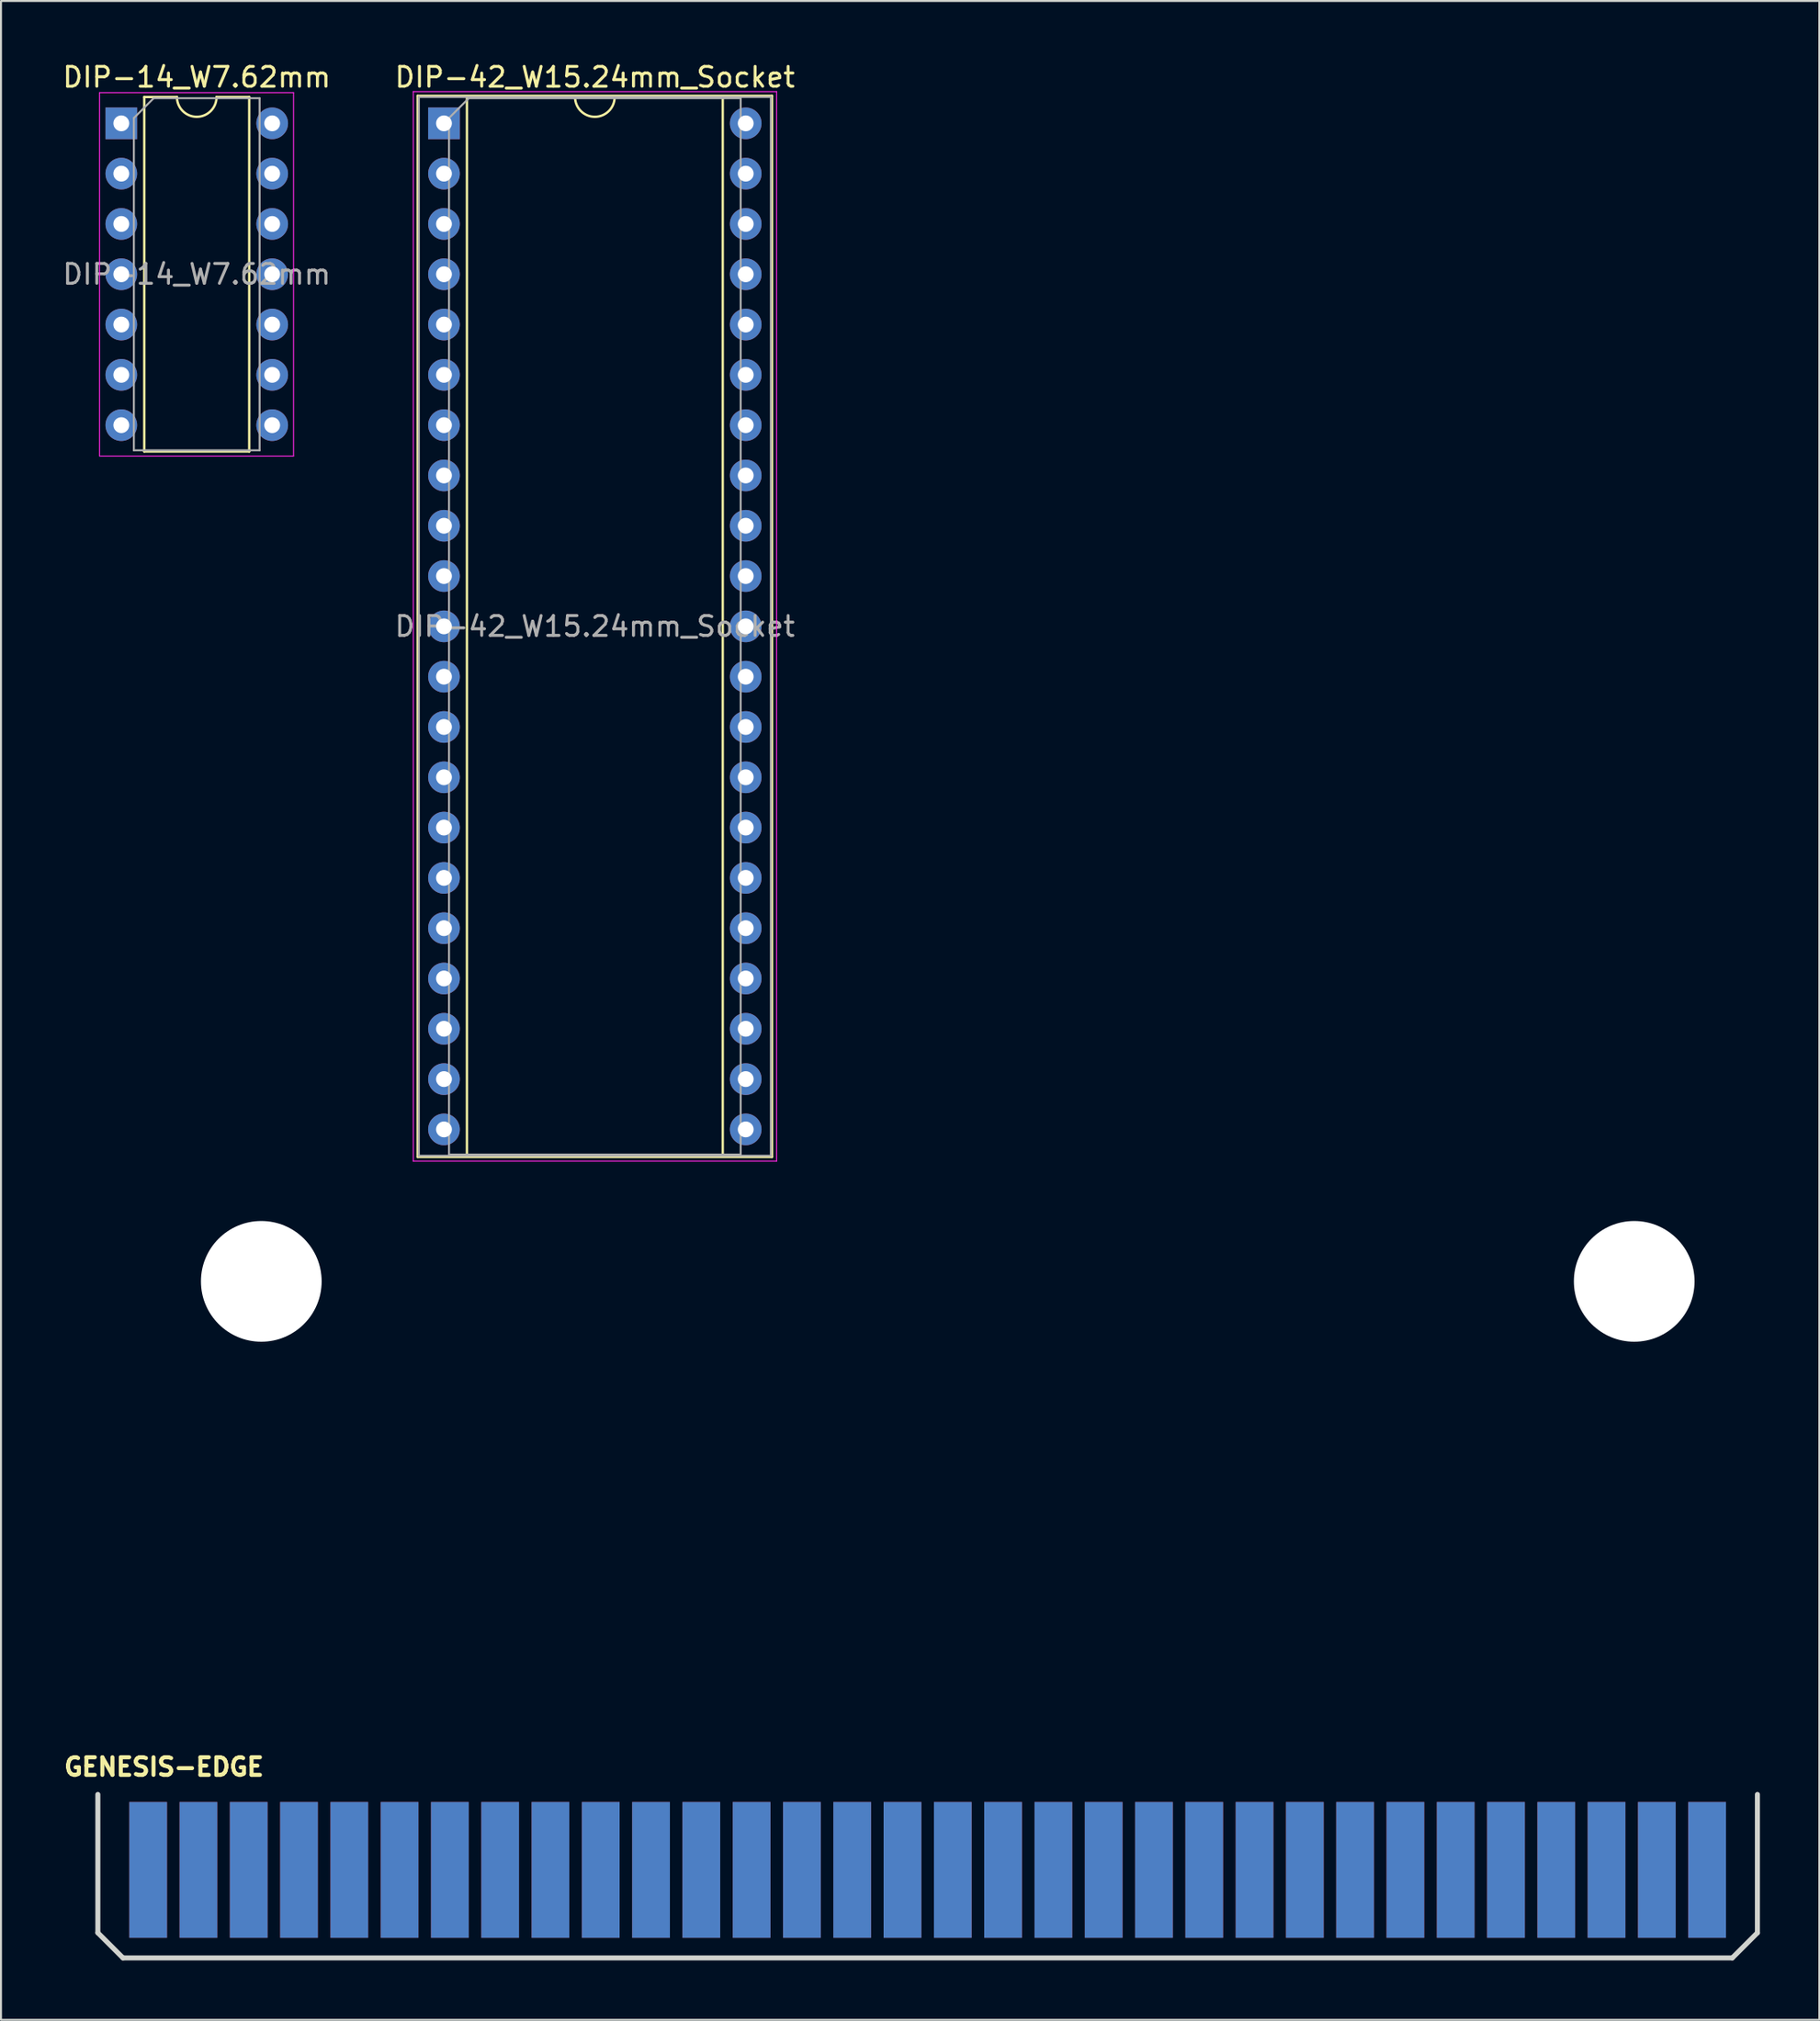
<source format=kicad_pcb>
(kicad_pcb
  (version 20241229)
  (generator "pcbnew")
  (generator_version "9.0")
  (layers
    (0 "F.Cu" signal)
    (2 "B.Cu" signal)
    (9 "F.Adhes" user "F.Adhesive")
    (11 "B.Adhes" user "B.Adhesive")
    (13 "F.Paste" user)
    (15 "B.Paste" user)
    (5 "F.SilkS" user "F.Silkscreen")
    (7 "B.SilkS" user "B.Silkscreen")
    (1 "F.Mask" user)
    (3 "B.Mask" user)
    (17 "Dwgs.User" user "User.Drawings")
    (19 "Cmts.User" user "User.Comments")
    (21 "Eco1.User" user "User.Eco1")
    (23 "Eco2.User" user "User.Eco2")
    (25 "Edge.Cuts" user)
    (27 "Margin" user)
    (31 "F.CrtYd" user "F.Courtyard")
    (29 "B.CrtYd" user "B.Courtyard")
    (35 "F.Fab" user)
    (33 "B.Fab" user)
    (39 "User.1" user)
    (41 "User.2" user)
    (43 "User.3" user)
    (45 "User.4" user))
  (footprint "DIP-42_W15.24mm_Socket"
    (layer "F.Cu")
    (at 19.374 3.178)
    (property "Reference" "DIP-42_W15.24mm_Socket" (at 7.62 -2.33 0) (layer "F.SilkS") (effects (font (size 1 1) (thickness 0.15))))
    (attr through_hole)
    (fp_line (start -1.33 -1.39) (end -1.33 52.19) (stroke (width 0.12) (type solid)) (layer "F.SilkS"))
    (fp_line (start -1.33 52.19) (end 16.57 52.19) (stroke (width 0.12) (type solid)) (layer "F.SilkS"))
    (fp_line (start 1.16 -1.33) (end 1.16 52.13) (stroke (width 0.12) (type solid)) (layer "F.SilkS"))
    (fp_line (start 1.16 52.13) (end 14.08 52.13) (stroke (width 0.12) (type solid)) (layer "F.SilkS"))
    (fp_line (start 6.62 -1.33) (end 1.16 -1.33) (stroke (width 0.12) (type solid)) (layer "F.SilkS"))
    (fp_line (start 14.08 -1.33) (end 8.62 -1.33) (stroke (width 0.12) (type solid)) (layer "F.SilkS"))
    (fp_line (start 14.08 52.13) (end 14.08 -1.33) (stroke (width 0.12) (type solid)) (layer "F.SilkS"))
    (fp_line (start 16.57 -1.39) (end -1.33 -1.39) (stroke (width 0.12) (type solid)) (layer "F.SilkS"))
    (fp_line (start 16.57 52.19) (end 16.57 -1.39) (stroke (width 0.12) (type solid)) (layer "F.SilkS"))
    (fp_arc (start 8.62 -1.33) (mid 7.62 -0.33) (end 6.62 -1.33) (stroke (width 0.12) (type solid)) (layer "F.SilkS"))
    (fp_line (start -1.55 -1.6) (end -1.55 52.4) (stroke (width 0.05) (type solid)) (layer "F.CrtYd"))
    (fp_line (start -1.55 52.4) (end 16.8 52.4) (stroke (width 0.05) (type solid)) (layer "F.CrtYd"))
    (fp_line (start 16.8 -1.6) (end -1.55 -1.6) (stroke (width 0.05) (type solid)) (layer "F.CrtYd"))
    (fp_line (start 16.8 52.4) (end 16.8 -1.6) (stroke (width 0.05) (type solid)) (layer "F.CrtYd"))
    (fp_line (start -1.27 -1.33) (end -1.27 52.13) (stroke (width 0.1) (type solid)) (layer "F.Fab"))
    (fp_line (start -1.27 52.13) (end 16.51 52.13) (stroke (width 0.1) (type solid)) (layer "F.Fab"))
    (fp_line (start 0.255 -0.27) (end 1.255 -1.27) (stroke (width 0.1) (type solid)) (layer "F.Fab"))
    (fp_line (start 0.255 52.07) (end 0.255 -0.27) (stroke (width 0.1) (type solid)) (layer "F.Fab"))
    (fp_line (start 1.255 -1.27) (end 14.985 -1.27) (stroke (width 0.1) (type solid)) (layer "F.Fab"))
    (fp_line (start 14.985 -1.27) (end 14.985 52.07) (stroke (width 0.1) (type solid)) (layer "F.Fab"))
    (fp_line (start 14.985 52.07) (end 0.255 52.07) (stroke (width 0.1) (type solid)) (layer "F.Fab"))
    (fp_line (start 16.51 -1.33) (end -1.27 -1.33) (stroke (width 0.1) (type solid)) (layer "F.Fab"))
    (fp_line (start 16.51 52.13) (end 16.51 -1.33) (stroke (width 0.1) (type solid)) (layer "F.Fab"))
    (fp_text user "${REFERENCE}" (at 7.62 25.4 0) (layer "F.Fab") (effects (font (size 1 1) (thickness 0.15))))
    (pad "1" thru_hole rect (at 0 0) (size 1.6 1.6) (drill 0.8) (layers "*.Cu" "*.Mask"))
    (pad "2" thru_hole oval (at 0 2.54) (size 1.6 1.6) (drill 0.8) (layers "*.Cu" "*.Mask"))
    (pad "3" thru_hole oval (at 0 5.08) (size 1.6 1.6) (drill 0.8) (layers "*.Cu" "*.Mask"))
    (pad "4" thru_hole oval (at 0 7.62) (size 1.6 1.6) (drill 0.8) (layers "*.Cu" "*.Mask"))
    (pad "5" thru_hole oval (at 0 10.16) (size 1.6 1.6) (drill 0.8) (layers "*.Cu" "*.Mask"))
    (pad "6" thru_hole oval (at 0 12.7) (size 1.6 1.6) (drill 0.8) (layers "*.Cu" "*.Mask"))
    (pad "7" thru_hole oval (at 0 15.24) (size 1.6 1.6) (drill 0.8) (layers "*.Cu" "*.Mask"))
    (pad "8" thru_hole oval (at 0 17.78) (size 1.6 1.6) (drill 0.8) (layers "*.Cu" "*.Mask"))
    (pad "9" thru_hole oval (at 0 20.32) (size 1.6 1.6) (drill 0.8) (layers "*.Cu" "*.Mask"))
    (pad "10" thru_hole oval (at 0 22.86) (size 1.6 1.6) (drill 0.8) (layers "*.Cu" "*.Mask"))
    (pad "11" thru_hole oval (at 0 25.4) (size 1.6 1.6) (drill 0.8) (layers "*.Cu" "*.Mask"))
    (pad "12" thru_hole oval (at 0 27.94) (size 1.6 1.6) (drill 0.8) (layers "*.Cu" "*.Mask"))
    (pad "13" thru_hole oval (at 0 30.48) (size 1.6 1.6) (drill 0.8) (layers "*.Cu" "*.Mask"))
    (pad "14" thru_hole oval (at 0 33.02) (size 1.6 1.6) (drill 0.8) (layers "*.Cu" "*.Mask"))
    (pad "15" thru_hole oval (at 0 35.56) (size 1.6 1.6) (drill 0.8) (layers "*.Cu" "*.Mask"))
    (pad "16" thru_hole oval (at 0 38.1) (size 1.6 1.6) (drill 0.8) (layers "*.Cu" "*.Mask"))
    (pad "17" thru_hole oval (at 0 40.64) (size 1.6 1.6) (drill 0.8) (layers "*.Cu" "*.Mask"))
    (pad "18" thru_hole oval (at 0 43.18) (size 1.6 1.6) (drill 0.8) (layers "*.Cu" "*.Mask"))
    (pad "19" thru_hole oval (at 0 45.72) (size 1.6 1.6) (drill 0.8) (layers "*.Cu" "*.Mask"))
    (pad "20" thru_hole oval (at 0 48.26) (size 1.6 1.6) (drill 0.8) (layers "*.Cu" "*.Mask"))
    (pad "21" thru_hole oval (at 0 50.8) (size 1.6 1.6) (drill 0.8) (layers "*.Cu" "*.Mask"))
    (pad "22" thru_hole oval (at 15.24 50.8) (size 1.6 1.6) (drill 0.8) (layers "*.Cu" "*.Mask"))
    (pad "23" thru_hole oval (at 15.24 48.26) (size 1.6 1.6) (drill 0.8) (layers "*.Cu" "*.Mask"))
    (pad "24" thru_hole oval (at 15.24 45.72) (size 1.6 1.6) (drill 0.8) (layers "*.Cu" "*.Mask"))
    (pad "25" thru_hole oval (at 15.24 43.18) (size 1.6 1.6) (drill 0.8) (layers "*.Cu" "*.Mask"))
    (pad "26" thru_hole oval (at 15.24 40.64) (size 1.6 1.6) (drill 0.8) (layers "*.Cu" "*.Mask"))
    (pad "27" thru_hole oval (at 15.24 38.1) (size 1.6 1.6) (drill 0.8) (layers "*.Cu" "*.Mask"))
    (pad "28" thru_hole oval (at 15.24 35.56) (size 1.6 1.6) (drill 0.8) (layers "*.Cu" "*.Mask"))
    (pad "29" thru_hole oval (at 15.24 33.02) (size 1.6 1.6) (drill 0.8) (layers "*.Cu" "*.Mask"))
    (pad "30" thru_hole oval (at 15.24 30.48) (size 1.6 1.6) (drill 0.8) (layers "*.Cu" "*.Mask"))
    (pad "31" thru_hole oval (at 15.24 27.94) (size 1.6 1.6) (drill 0.8) (layers "*.Cu" "*.Mask"))
    (pad "32" thru_hole oval (at 15.24 25.4) (size 1.6 1.6) (drill 0.8) (layers "*.Cu" "*.Mask"))
    (pad "33" thru_hole oval (at 15.24 22.86) (size 1.6 1.6) (drill 0.8) (layers "*.Cu" "*.Mask"))
    (pad "34" thru_hole oval (at 15.24 20.32) (size 1.6 1.6) (drill 0.8) (layers "*.Cu" "*.Mask"))
    (pad "35" thru_hole oval (at 15.24 17.78) (size 1.6 1.6) (drill 0.8) (layers "*.Cu" "*.Mask"))
    (pad "36" thru_hole oval (at 15.24 15.24) (size 1.6 1.6) (drill 0.8) (layers "*.Cu" "*.Mask"))
    (pad "37" thru_hole oval (at 15.24 12.7) (size 1.6 1.6) (drill 0.8) (layers "*.Cu" "*.Mask"))
    (pad "38" thru_hole oval (at 15.24 10.16) (size 1.6 1.6) (drill 0.8) (layers "*.Cu" "*.Mask"))
    (pad "39" thru_hole oval (at 15.24 7.62) (size 1.6 1.6) (drill 0.8) (layers "*.Cu" "*.Mask"))
    (pad "40" thru_hole oval (at 15.24 5.08) (size 1.6 1.6) (drill 0.8) (layers "*.Cu" "*.Mask"))
    (pad "41" thru_hole oval (at 15.24 2.54) (size 1.6 1.6) (drill 0.8) (layers "*.Cu" "*.Mask"))
    (pad "42" thru_hole oval (at 15.24 0) (size 1.6 1.6) (drill 0.8) (layers "*.Cu" "*.Mask")))
  (footprint "GENESIS-EDGE"
    (layer "F.Cu")
    (at 4.432 91.369)
    (property "Reference" "GENESIS-EDGE" (at 0.8 -5.2 0) (layer "F.SilkS") (effects (font (size 0.889 0.889) (thickness 0.203))))
    (attr through_hole)
    (fp_poly (pts (xy -2.54 -3.81) (xy 81.28 -3.81) (xy 81.28 3.175) (xy 80.01 4.445) (xy -1.27 4.445) (xy -2.54 3.175)) (stroke (width 0.1) (type solid)) (fill yes) (layer "F.Mask"))
    (fp_poly (pts (xy -2.54 -3.81) (xy 81.28 -3.81) (xy 81.28 3.175) (xy 80.01 4.445) (xy -1.27 4.445) (xy -2.54 3.175)) (stroke (width 0.1) (type solid)) (fill yes) (layer "B.Mask"))
    (fp_line (start -2.54 -3.81) (end -2.54 3.175) (stroke (width 0.254) (type solid)) (layer "Edge.Cuts"))
    (fp_line (start -2.54 3.175) (end -1.27 4.445) (stroke (width 0.254) (type solid)) (layer "Edge.Cuts"))
    (fp_line (start -1.27 4.445) (end 80.01 4.445) (stroke (width 0.254) (type solid)) (layer "Edge.Cuts"))
    (fp_line (start 80.01 4.445) (end 81.28 3.175) (stroke (width 0.254) (type solid)) (layer "Edge.Cuts"))
    (fp_line (start 81.28 3.175) (end 81.28 -3.81) (stroke (width 0.254) (type solid)) (layer "Edge.Cuts"))
    (pad "" np_thru_hole circle (at 5.715 -29.718) (size 6.096 6.096) (drill 6.096) (layers "*.Cu" "*.Mask"))
    (pad "" np_thru_hole circle (at 75.057 -29.718) (size 6.096 6.096) (drill 6.096) (layers "*.Cu" "*.Mask"))
    (pad "A1" smd rect (at 0 0) (size 1.905 6.858) (layers "B.Cu"))
    (pad "A2" smd rect (at 2.54 0) (size 1.905 6.858) (layers "B.Cu"))
    (pad "A3" smd rect (at 5.08 0) (size 1.905 6.858) (layers "B.Cu"))
    (pad "A4" smd rect (at 7.62 0) (size 1.905 6.858) (layers "B.Cu"))
    (pad "A5" smd rect (at 10.16 0) (size 1.905 6.858) (layers "B.Cu"))
    (pad "A6" smd rect (at 12.7 0) (size 1.905 6.858) (layers "B.Cu"))
    (pad "A7" smd rect (at 15.24 0) (size 1.905 6.858) (layers "B.Cu"))
    (pad "A8" smd rect (at 17.78 0) (size 1.905 6.858) (layers "B.Cu"))
    (pad "A9" smd rect (at 20.32 0) (size 1.905 6.858) (layers "B.Cu"))
    (pad "A10" smd rect (at 22.86 0) (size 1.905 6.858) (layers "B.Cu"))
    (pad "A11" smd rect (at 25.4 0) (size 1.905 6.858) (layers "B.Cu"))
    (pad "A12" smd rect (at 27.94 0) (size 1.905 6.858) (layers "B.Cu"))
    (pad "A13" smd rect (at 30.48 0) (size 1.905 6.858) (layers "B.Cu"))
    (pad "A14" smd rect (at 33.02 0) (size 1.905 6.858) (layers "B.Cu"))
    (pad "A15" smd rect (at 35.56 0) (size 1.905 6.858) (layers "B.Cu"))
    (pad "A16" smd rect (at 38.1 0) (size 1.905 6.858) (layers "B.Cu"))
    (pad "A17" smd rect (at 40.64 0) (size 1.905 6.858) (layers "B.Cu"))
    (pad "A18" smd rect (at 43.18 0) (size 1.905 6.858) (layers "B.Cu"))
    (pad "A19" smd rect (at 45.72 0) (size 1.905 6.858) (layers "B.Cu"))
    (pad "A20" smd rect (at 48.26 0) (size 1.905 6.858) (layers "B.Cu"))
    (pad "A21" smd rect (at 50.8 0) (size 1.905 6.858) (layers "B.Cu"))
    (pad "A22" smd rect (at 53.34 0) (size 1.905 6.858) (layers "B.Cu"))
    (pad "A23" smd rect (at 55.88 0) (size 1.905 6.858) (layers "B.Cu"))
    (pad "A24" smd rect (at 58.42 0) (size 1.905 6.858) (layers "B.Cu"))
    (pad "A25" smd rect (at 60.96 0) (size 1.905 6.858) (layers "B.Cu"))
    (pad "A26" smd rect (at 63.5 0) (size 1.905 6.858) (layers "B.Cu"))
    (pad "A27" smd rect (at 66.04 0) (size 1.905 6.858) (layers "B.Cu"))
    (pad "A28" smd rect (at 68.58 0) (size 1.905 6.858) (layers "B.Cu"))
    (pad "A29" smd rect (at 71.12 0) (size 1.905 6.858) (layers "B.Cu"))
    (pad "A30" smd rect (at 73.66 0) (size 1.905 6.858) (layers "B.Cu"))
    (pad "A31" smd rect (at 76.2 0) (size 1.905 6.858) (layers "B.Cu"))
    (pad "A32" smd rect (at 78.74 0) (size 1.905 6.858) (layers "B.Cu"))
    (pad "B1" smd rect (at 0 0) (size 1.905 6.858) (layers "F.Cu"))
    (pad "B2" smd rect (at 2.54 0) (size 1.905 6.858) (layers "F.Cu"))
    (pad "B3" smd rect (at 5.08 0) (size 1.905 6.858) (layers "F.Cu"))
    (pad "B4" smd rect (at 7.62 0) (size 1.905 6.858) (layers "F.Cu"))
    (pad "B5" smd rect (at 10.16 0) (size 1.905 6.858) (layers "F.Cu"))
    (pad "B6" smd rect (at 12.7 0) (size 1.905 6.858) (layers "F.Cu"))
    (pad "B7" smd rect (at 15.24 0) (size 1.905 6.858) (layers "F.Cu"))
    (pad "B8" smd rect (at 17.78 0) (size 1.905 6.858) (layers "F.Cu"))
    (pad "B9" smd rect (at 20.32 0) (size 1.905 6.858) (layers "F.Cu"))
    (pad "B10" smd rect (at 22.86 0) (size 1.905 6.858) (layers "F.Cu"))
    (pad "B11" smd rect (at 25.4 0) (size 1.905 6.858) (layers "F.Cu"))
    (pad "B12" smd rect (at 27.94 0) (size 1.905 6.858) (layers "F.Cu"))
    (pad "B13" smd rect (at 30.48 0) (size 1.905 6.858) (layers "F.Cu"))
    (pad "B14" smd rect (at 33.02 0) (size 1.905 6.858) (layers "F.Cu"))
    (pad "B15" smd rect (at 35.56 0) (size 1.905 6.858) (layers "F.Cu"))
    (pad "B16" smd rect (at 38.1 0) (size 1.905 6.858) (layers "F.Cu"))
    (pad "B17" smd rect (at 40.64 0) (size 1.905 6.858) (layers "F.Cu"))
    (pad "B18" smd rect (at 43.18 0) (size 1.905 6.858) (layers "F.Cu"))
    (pad "B19" smd rect (at 45.72 0) (size 1.905 6.858) (layers "F.Cu"))
    (pad "B20" smd rect (at 48.26 0) (size 1.905 6.858) (layers "F.Cu"))
    (pad "B21" smd rect (at 50.8 0) (size 1.905 6.858) (layers "F.Cu"))
    (pad "B22" smd rect (at 53.34 0) (size 1.905 6.858) (layers "F.Cu"))
    (pad "B23" smd rect (at 55.88 0) (size 1.905 6.858) (layers "F.Cu"))
    (pad "B24" smd rect (at 58.42 0) (size 1.905 6.858) (layers "F.Cu"))
    (pad "B25" smd rect (at 60.96 0) (size 1.905 6.858) (layers "F.Cu"))
    (pad "B26" smd rect (at 63.5 0) (size 1.905 6.858) (layers "F.Cu"))
    (pad "B27" smd rect (at 66.04 0) (size 1.905 6.858) (layers "F.Cu"))
    (pad "B28" smd rect (at 68.58 0) (size 1.905 6.858) (layers "F.Cu"))
    (pad "B29" smd rect (at 71.12 0) (size 1.905 6.858) (layers "F.Cu"))
    (pad "B30" smd rect (at 73.66 0) (size 1.905 6.858) (layers "F.Cu"))
    (pad "B31" smd rect (at 76.2 0) (size 1.905 6.858) (layers "F.Cu"))
    (pad "B32" smd rect (at 78.74 0) (size 1.905 6.858) (layers "F.Cu")))
  (footprint "DIP-14_W7.62mm"
    (layer "F.Cu")
    (at 3.077 3.178)
    (property "Reference" "DIP-14_W7.62mm" (at 3.81 -2.33 180) (layer "F.SilkS") (effects (font (size 1 1) (thickness 0.15))))
    (attr through_hole)
    (fp_line (start 1.16 -1.33) (end 1.16 16.57) (stroke (width 0.12) (type solid)) (layer "F.SilkS"))
    (fp_line (start 1.16 16.57) (end 6.46 16.57) (stroke (width 0.12) (type solid)) (layer "F.SilkS"))
    (fp_line (start 2.81 -1.33) (end 1.16 -1.33) (stroke (width 0.12) (type solid)) (layer "F.SilkS"))
    (fp_line (start 6.46 -1.33) (end 4.81 -1.33) (stroke (width 0.12) (type solid)) (layer "F.SilkS"))
    (fp_line (start 6.46 16.57) (end 6.46 -1.33) (stroke (width 0.12) (type solid)) (layer "F.SilkS"))
    (fp_arc (start 4.81 -1.33) (mid 3.81 -0.33) (end 2.81 -1.33) (stroke (width 0.12) (type solid)) (layer "F.SilkS"))
    (fp_line (start -1.1 -1.55) (end -1.1 16.8) (stroke (width 0.05) (type solid)) (layer "F.CrtYd"))
    (fp_line (start -1.1 16.8) (end 8.7 16.8) (stroke (width 0.05) (type solid)) (layer "F.CrtYd"))
    (fp_line (start 8.7 -1.55) (end -1.1 -1.55) (stroke (width 0.05) (type solid)) (layer "F.CrtYd"))
    (fp_line (start 8.7 16.8) (end 8.7 -1.55) (stroke (width 0.05) (type solid)) (layer "F.CrtYd"))
    (fp_line (start 0.635 -0.27) (end 1.635 -1.27) (stroke (width 0.1) (type solid)) (layer "F.Fab"))
    (fp_line (start 0.635 16.51) (end 0.635 -0.27) (stroke (width 0.1) (type solid)) (layer "F.Fab"))
    (fp_line (start 1.635 -1.27) (end 6.985 -1.27) (stroke (width 0.1) (type solid)) (layer "F.Fab"))
    (fp_line (start 6.985 -1.27) (end 6.985 16.51) (stroke (width 0.1) (type solid)) (layer "F.Fab"))
    (fp_line (start 6.985 16.51) (end 0.635 16.51) (stroke (width 0.1) (type solid)) (layer "F.Fab"))
    (fp_text user "${REFERENCE}" (at 3.81 7.62 180) (layer "F.Fab") (effects (font (size 1 1) (thickness 0.15))))
    (pad "1" thru_hole rect (at 0 0) (size 1.6 1.6) (drill 0.8) (layers "*.Cu" "*.Mask"))
    (pad "2" thru_hole oval (at 0 2.54) (size 1.6 1.6) (drill 0.8) (layers "*.Cu" "*.Mask"))
    (pad "3" thru_hole oval (at 0 5.08) (size 1.6 1.6) (drill 0.8) (layers "*.Cu" "*.Mask"))
    (pad "4" thru_hole oval (at 0 7.62) (size 1.6 1.6) (drill 0.8) (layers "*.Cu" "*.Mask"))
    (pad "5" thru_hole oval (at 0 10.16) (size 1.6 1.6) (drill 0.8) (layers "*.Cu" "*.Mask"))
    (pad "6" thru_hole oval (at 0 12.7) (size 1.6 1.6) (drill 0.8) (layers "*.Cu" "*.Mask"))
    (pad "7" thru_hole oval (at 0 15.24) (size 1.6 1.6) (drill 0.8) (layers "*.Cu" "*.Mask"))
    (pad "8" thru_hole oval (at 7.62 15.24) (size 1.6 1.6) (drill 0.8) (layers "*.Cu" "*.Mask"))
    (pad "9" thru_hole oval (at 7.62 12.7) (size 1.6 1.6) (drill 0.8) (layers "*.Cu" "*.Mask"))
    (pad "10" thru_hole oval (at 7.62 10.16) (size 1.6 1.6) (drill 0.8) (layers "*.Cu" "*.Mask"))
    (pad "11" thru_hole oval (at 7.62 7.62) (size 1.6 1.6) (drill 0.8) (layers "*.Cu" "*.Mask"))
    (pad "12" thru_hole oval (at 7.62 5.08) (size 1.6 1.6) (drill 0.8) (layers "*.Cu" "*.Mask"))
    (pad "13" thru_hole oval (at 7.62 2.54) (size 1.6 1.6) (drill 0.8) (layers "*.Cu" "*.Mask"))
    (pad "14" thru_hole oval (at 7.62 0) (size 1.6 1.6) (drill 0.8) (layers "*.Cu" "*.Mask")))
  (gr_rect
    (start -3 -3)
    (end 88.839 98.941)
    (stroke (width 0.1) (type default))
    (fill no)
    (layer "Edge.Cuts")))
</source>
